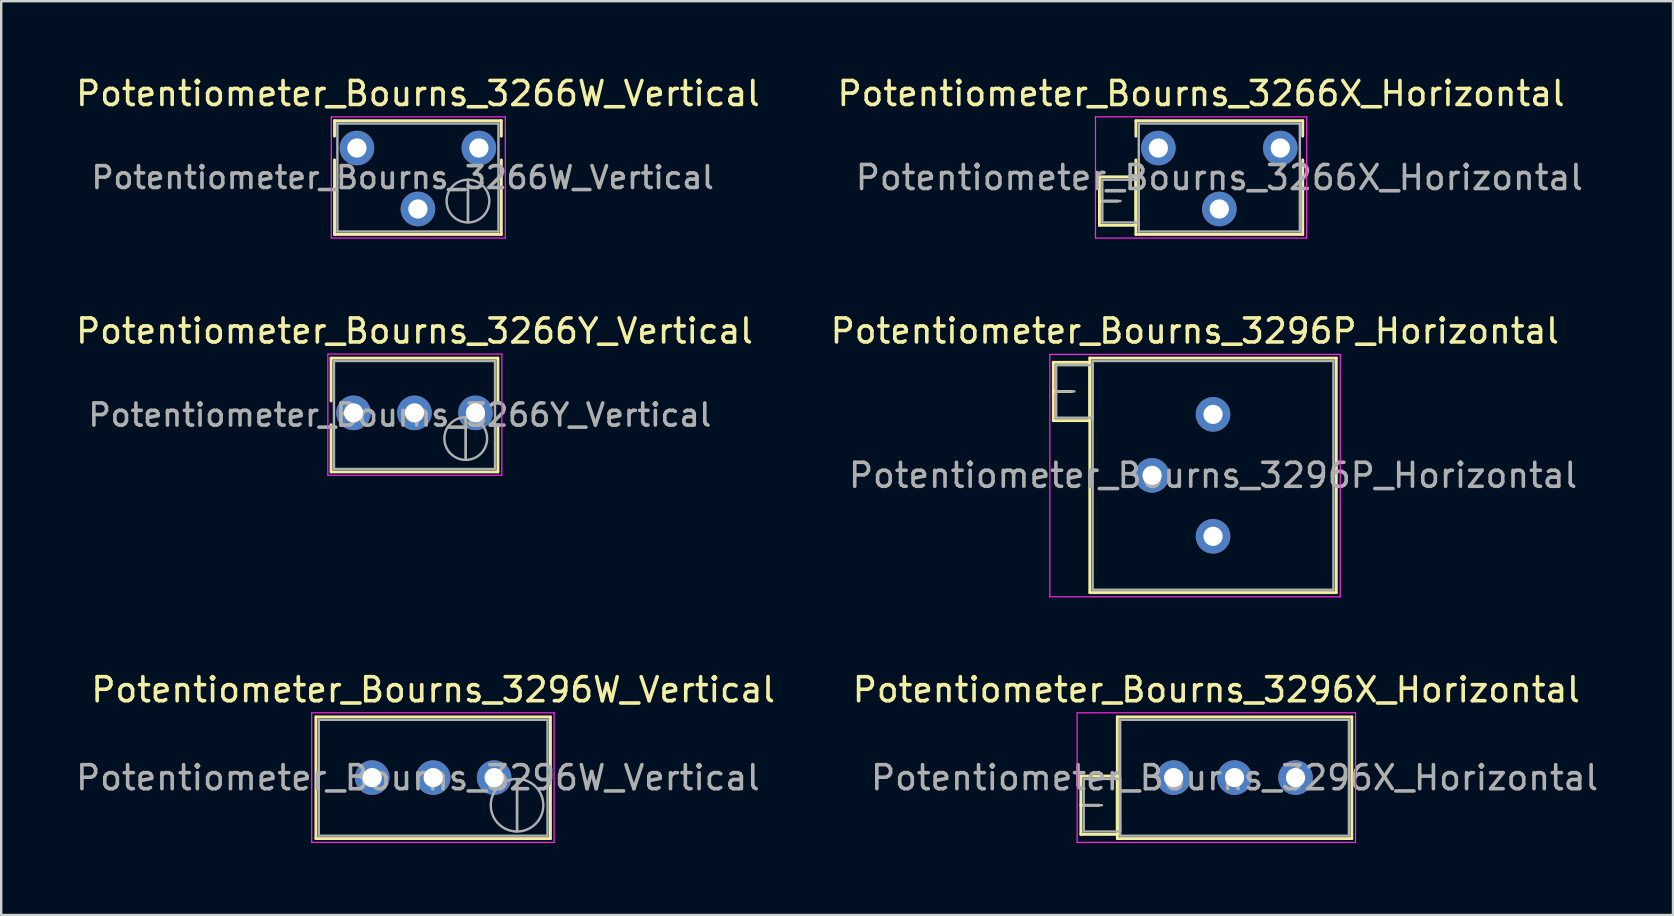
<source format=kicad_pcb>
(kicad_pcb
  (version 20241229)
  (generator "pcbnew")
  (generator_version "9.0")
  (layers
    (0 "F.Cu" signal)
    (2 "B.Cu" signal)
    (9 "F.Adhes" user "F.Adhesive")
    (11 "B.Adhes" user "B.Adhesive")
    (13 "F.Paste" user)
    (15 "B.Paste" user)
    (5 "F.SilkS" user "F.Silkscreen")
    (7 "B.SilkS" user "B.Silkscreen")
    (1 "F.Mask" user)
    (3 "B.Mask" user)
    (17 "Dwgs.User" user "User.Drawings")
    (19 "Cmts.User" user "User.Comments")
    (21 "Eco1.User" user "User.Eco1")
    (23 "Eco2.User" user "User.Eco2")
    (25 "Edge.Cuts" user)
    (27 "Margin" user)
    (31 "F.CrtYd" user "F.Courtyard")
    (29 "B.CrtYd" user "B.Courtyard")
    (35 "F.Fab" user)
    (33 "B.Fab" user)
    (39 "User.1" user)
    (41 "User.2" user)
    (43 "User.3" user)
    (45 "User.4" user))
  (footprint "Potentiometer_Bourns_3266Y_Vertical"
    (layer "F.Cu")
    (at 16.76 14.152)
    (property "Reference" "Potentiometer_Bourns_3266Y_Vertical" (at -2.54 -3.41 0) (layer "F.SilkS") (effects (font (size 1 1) (thickness 0.15))))
    (attr through_hole)
    (fp_line (start -6.015 -2.28) (end -6.015 -0.494) (stroke (width 0.12) (type solid)) (layer "F.SilkS"))
    (fp_line (start -6.015 -2.28) (end 0.935 -2.28) (stroke (width 0.12) (type solid)) (layer "F.SilkS"))
    (fp_line (start -6.015 0.496) (end -6.015 2.46) (stroke (width 0.12) (type solid)) (layer "F.SilkS"))
    (fp_line (start -6.015 2.46) (end 0.935 2.46) (stroke (width 0.12) (type solid)) (layer "F.SilkS"))
    (fp_line (start 0.935 -2.28) (end 0.935 -0.494) (stroke (width 0.12) (type solid)) (layer "F.SilkS"))
    (fp_line (start 0.935 0.496) (end 0.935 2.46) (stroke (width 0.12) (type solid)) (layer "F.SilkS"))
    (fp_line (start -6.15 -2.45) (end -6.15 2.6) (stroke (width 0.05) (type solid)) (layer "F.CrtYd"))
    (fp_line (start -6.15 2.6) (end 1.1 2.6) (stroke (width 0.05) (type solid)) (layer "F.CrtYd"))
    (fp_line (start 1.1 -2.45) (end -6.15 -2.45) (stroke (width 0.05) (type solid)) (layer "F.CrtYd"))
    (fp_line (start 1.1 2.6) (end 1.1 -2.45) (stroke (width 0.05) (type solid)) (layer "F.CrtYd"))
    (fp_line (start -5.895 -2.16) (end -5.895 2.34) (stroke (width 0.1) (type solid)) (layer "F.Fab"))
    (fp_line (start -5.895 2.34) (end 0.815 2.34) (stroke (width 0.1) (type solid)) (layer "F.Fab"))
    (fp_line (start -0.405 1.952) (end -0.404 0.189) (stroke (width 0.1) (type solid)) (layer "F.Fab"))
    (fp_line (start -0.405 1.952) (end -0.404 0.189) (stroke (width 0.1) (type solid)) (layer "F.Fab"))
    (fp_line (start 0.815 -2.16) (end -5.895 -2.16) (stroke (width 0.1) (type solid)) (layer "F.Fab"))
    (fp_line (start 0.815 2.34) (end 0.815 -2.16) (stroke (width 0.1) (type solid)) (layer "F.Fab"))
    (fp_circle (center -0.405 1.07) (end 0.485 1.07) (stroke (width 0.1) (type solid)) (fill no) (layer "F.Fab"))
    (fp_text user "${REFERENCE}" (at -3.15 0.09 0) (layer "F.Fab") (effects (font (size 0.92 0.92) (thickness 0.15))))
    (pad "1" thru_hole circle (at 0 0) (size 1.44 1.44) (drill 0.8) (layers "*.Cu" "*.Mask"))
    (pad "2" thru_hole circle (at -2.54 0) (size 1.44 1.44) (drill 0.8) (layers "*.Cu" "*.Mask"))
    (pad "3" thru_hole circle (at -5.08 0) (size 1.44 1.44) (drill 0.8) (layers "*.Cu" "*.Mask")))
  (footprint "Potentiometer_Bourns_3296X_Horizontal"
    (layer "F.Cu")
    (at 50.929 29.35)
    (property "Reference" "Potentiometer_Bourns_3296X_Horizontal" (at -3.3 -3.66 0) (layer "F.SilkS") (effects (font (size 1 1) (thickness 0.15))))
    (attr through_hole)
    (fp_line (start -8.945 -0.065) (end -8.945 2.365) (stroke (width 0.12) (type solid)) (layer "F.SilkS"))
    (fp_line (start -8.945 -0.065) (end -7.426 -0.065) (stroke (width 0.12) (type solid)) (layer "F.SilkS"))
    (fp_line (start -8.945 1.15) (end -8.186 1.15) (stroke (width 0.12) (type solid)) (layer "F.SilkS"))
    (fp_line (start -8.945 2.365) (end -7.426 2.365) (stroke (width 0.12) (type solid)) (layer "F.SilkS"))
    (fp_line (start -7.426 -0.065) (end -7.426 2.365) (stroke (width 0.12) (type solid)) (layer "F.SilkS"))
    (fp_line (start -7.425 -2.53) (end -7.425 2.54) (stroke (width 0.12) (type solid)) (layer "F.SilkS"))
    (fp_line (start -7.425 -2.53) (end 2.345 -2.53) (stroke (width 0.12) (type solid)) (layer "F.SilkS"))
    (fp_line (start -7.425 2.54) (end 2.345 2.54) (stroke (width 0.12) (type solid)) (layer "F.SilkS"))
    (fp_line (start 2.345 -2.53) (end 2.345 2.54) (stroke (width 0.12) (type solid)) (layer "F.SilkS"))
    (fp_line (start -9.1 -2.7) (end -9.1 2.7) (stroke (width 0.05) (type solid)) (layer "F.CrtYd"))
    (fp_line (start -9.1 2.7) (end 2.5 2.7) (stroke (width 0.05) (type solid)) (layer "F.CrtYd"))
    (fp_line (start 2.5 -2.7) (end -9.1 -2.7) (stroke (width 0.05) (type solid)) (layer "F.CrtYd"))
    (fp_line (start 2.5 2.7) (end 2.5 -2.7) (stroke (width 0.05) (type solid)) (layer "F.CrtYd"))
    (fp_line (start -8.825 0.055) (end -8.825 2.245) (stroke (width 0.1) (type solid)) (layer "F.Fab"))
    (fp_line (start -8.825 1.15) (end -8.065 1.15) (stroke (width 0.1) (type solid)) (layer "F.Fab"))
    (fp_line (start -8.825 2.245) (end -7.305 2.245) (stroke (width 0.1) (type solid)) (layer "F.Fab"))
    (fp_line (start -7.305 -2.41) (end -7.305 2.42) (stroke (width 0.1) (type solid)) (layer "F.Fab"))
    (fp_line (start -7.305 0.055) (end -8.825 0.055) (stroke (width 0.1) (type solid)) (layer "F.Fab"))
    (fp_line (start -7.305 2.245) (end -7.305 0.055) (stroke (width 0.1) (type solid)) (layer "F.Fab"))
    (fp_line (start -7.305 2.42) (end 2.225 2.42) (stroke (width 0.1) (type solid)) (layer "F.Fab"))
    (fp_line (start 2.225 -2.41) (end -7.305 -2.41) (stroke (width 0.1) (type solid)) (layer "F.Fab"))
    (fp_line (start 2.225 2.42) (end 2.225 -2.41) (stroke (width 0.1) (type solid)) (layer "F.Fab"))
    (fp_text user "${REFERENCE}" (at -2.54 0.005 0) (layer "F.Fab") (effects (font (size 1 1) (thickness 0.15))))
    (pad "1" thru_hole circle (at 0 0) (size 1.44 1.44) (drill 0.8) (layers "*.Cu" "*.Mask"))
    (pad "2" thru_hole circle (at -2.54 0) (size 1.44 1.44) (drill 0.8) (layers "*.Cu" "*.Mask"))
    (pad "3" thru_hole circle (at -5.08 0) (size 1.44 1.44) (drill 0.8) (layers "*.Cu" "*.Mask")))
  (footprint "Potentiometer_Bourns_3266W_Vertical"
    (layer "F.Cu")
    (at 16.903 3.118)
    (property "Reference" "Potentiometer_Bourns_3266W_Vertical" (at -2.54 -2.27 0) (layer "F.SilkS") (effects (font (size 1 1) (thickness 0.15))))
    (attr through_hole)
    (fp_line (start -6.015 -1.14) (end -6.015 -0.495) (stroke (width 0.12) (type solid)) (layer "F.SilkS"))
    (fp_line (start -6.015 -1.14) (end 0.935 -1.14) (stroke (width 0.12) (type solid)) (layer "F.SilkS"))
    (fp_line (start -6.015 0.495) (end -6.015 3.6) (stroke (width 0.12) (type solid)) (layer "F.SilkS"))
    (fp_line (start -6.015 3.6) (end 0.935 3.6) (stroke (width 0.12) (type solid)) (layer "F.SilkS"))
    (fp_line (start 0.935 -1.14) (end 0.935 -0.495) (stroke (width 0.12) (type solid)) (layer "F.SilkS"))
    (fp_line (start 0.935 0.495) (end 0.935 3.6) (stroke (width 0.12) (type solid)) (layer "F.SilkS"))
    (fp_line (start -6.15 -1.3) (end -6.15 3.75) (stroke (width 0.05) (type solid)) (layer "F.CrtYd"))
    (fp_line (start -6.15 3.75) (end 1.1 3.75) (stroke (width 0.05) (type solid)) (layer "F.CrtYd"))
    (fp_line (start 1.1 -1.3) (end -6.15 -1.3) (stroke (width 0.05) (type solid)) (layer "F.CrtYd"))
    (fp_line (start 1.1 3.75) (end 1.1 -1.3) (stroke (width 0.05) (type solid)) (layer "F.CrtYd"))
    (fp_line (start -5.895 -1.02) (end -5.895 3.48) (stroke (width 0.1) (type solid)) (layer "F.Fab"))
    (fp_line (start -5.895 3.48) (end 0.815 3.48) (stroke (width 0.1) (type solid)) (layer "F.Fab"))
    (fp_line (start -0.455 3.092) (end -0.454 1.329) (stroke (width 0.1) (type solid)) (layer "F.Fab"))
    (fp_line (start -0.455 3.092) (end -0.454 1.329) (stroke (width 0.1) (type solid)) (layer "F.Fab"))
    (fp_line (start 0.815 -1.02) (end -5.895 -1.02) (stroke (width 0.1) (type solid)) (layer "F.Fab"))
    (fp_line (start 0.815 3.48) (end 0.815 -1.02) (stroke (width 0.1) (type solid)) (layer "F.Fab"))
    (fp_circle (center -0.455 2.21) (end 0.435 2.21) (stroke (width 0.1) (type solid)) (fill no) (layer "F.Fab"))
    (fp_text user "${REFERENCE}" (at -3.175 1.23 0) (layer "F.Fab") (effects (font (size 0.91 0.91) (thickness 0.15))))
    (pad "1" thru_hole circle (at 0 0) (size 1.44 1.44) (drill 0.8) (layers "*.Cu" "*.Mask"))
    (pad "2" thru_hole circle (at -2.54 2.54) (size 1.44 1.44) (drill 0.8) (layers "*.Cu" "*.Mask"))
    (pad "3" thru_hole circle (at -5.08 0) (size 1.44 1.44) (drill 0.8) (layers "*.Cu" "*.Mask")))
  (footprint "Potentiometer_Bourns_3296W_Vertical"
    (layer "F.Cu")
    (at 17.538 29.35)
    (property "Reference" "Potentiometer_Bourns_3296W_Vertical" (at -2.54 -3.66 0) (layer "F.SilkS") (effects (font (size 1 1) (thickness 0.15))))
    (attr through_hole)
    (fp_line (start -7.425 -2.53) (end -7.425 2.54) (stroke (width 0.12) (type solid)) (layer "F.SilkS"))
    (fp_line (start -7.425 -2.53) (end 2.345 -2.53) (stroke (width 0.12) (type solid)) (layer "F.SilkS"))
    (fp_line (start -7.425 2.54) (end 2.345 2.54) (stroke (width 0.12) (type solid)) (layer "F.SilkS"))
    (fp_line (start 2.345 -2.53) (end 2.345 2.54) (stroke (width 0.12) (type solid)) (layer "F.SilkS"))
    (fp_line (start -7.6 -2.7) (end -7.6 2.7) (stroke (width 0.05) (type solid)) (layer "F.CrtYd"))
    (fp_line (start -7.6 2.7) (end 2.5 2.7) (stroke (width 0.05) (type solid)) (layer "F.CrtYd"))
    (fp_line (start 2.5 -2.7) (end -7.6 -2.7) (stroke (width 0.05) (type solid)) (layer "F.CrtYd"))
    (fp_line (start 2.5 2.7) (end 2.5 -2.7) (stroke (width 0.05) (type solid)) (layer "F.CrtYd"))
    (fp_line (start -7.305 -2.41) (end -7.305 2.42) (stroke (width 0.1) (type solid)) (layer "F.Fab"))
    (fp_line (start -7.305 2.42) (end 2.225 2.42) (stroke (width 0.1) (type solid)) (layer "F.Fab"))
    (fp_line (start 0.955 2.235) (end 0.956 0.066) (stroke (width 0.1) (type solid)) (layer "F.Fab"))
    (fp_line (start 0.955 2.235) (end 0.956 0.066) (stroke (width 0.1) (type solid)) (layer "F.Fab"))
    (fp_line (start 2.225 -2.41) (end -7.305 -2.41) (stroke (width 0.1) (type solid)) (layer "F.Fab"))
    (fp_line (start 2.225 2.42) (end 2.225 -2.41) (stroke (width 0.1) (type solid)) (layer "F.Fab"))
    (fp_circle (center 0.955 1.15) (end 2.05 1.15) (stroke (width 0.1) (type solid)) (fill no) (layer "F.Fab"))
    (fp_text user "${REFERENCE}" (at -3.175 0.005 0) (layer "F.Fab") (effects (font (size 1 1) (thickness 0.15))))
    (pad "1" thru_hole circle (at 0 0) (size 1.44 1.44) (drill 0.8) (layers "*.Cu" "*.Mask"))
    (pad "2" thru_hole circle (at -2.54 0) (size 1.44 1.44) (drill 0.8) (layers "*.Cu" "*.Mask"))
    (pad "3" thru_hole circle (at -5.08 0) (size 1.44 1.44) (drill 0.8) (layers "*.Cu" "*.Mask")))
  (footprint "Potentiometer_Bourns_3296P_Horizontal"
    (layer "F.Cu")
    (at 47.492 14.216)
    (property "Reference" "Potentiometer_Bourns_3296P_Horizontal" (at -0.76 -3.475 0) (layer "F.SilkS") (effects (font (size 1 1) (thickness 0.15))))
    (attr through_hole)
    (fp_line (start -6.655 -2.169) (end -6.655 0.26) (stroke (width 0.12) (type solid)) (layer "F.SilkS"))
    (fp_line (start -6.655 -2.169) (end -5.136 -2.169) (stroke (width 0.12) (type solid)) (layer "F.SilkS"))
    (fp_line (start -6.655 -0.955) (end -5.896 -0.955) (stroke (width 0.12) (type solid)) (layer "F.SilkS"))
    (fp_line (start -6.655 0.26) (end -5.136 0.26) (stroke (width 0.12) (type solid)) (layer "F.SilkS"))
    (fp_line (start -5.136 -2.169) (end -5.136 0.26) (stroke (width 0.12) (type solid)) (layer "F.SilkS"))
    (fp_line (start -5.135 -2.345) (end -5.135 7.425) (stroke (width 0.12) (type solid)) (layer "F.SilkS"))
    (fp_line (start -5.135 -2.345) (end 5.135 -2.345) (stroke (width 0.12) (type solid)) (layer "F.SilkS"))
    (fp_line (start -5.135 7.425) (end 5.135 7.425) (stroke (width 0.12) (type solid)) (layer "F.SilkS"))
    (fp_line (start 5.135 -2.345) (end 5.135 7.425) (stroke (width 0.12) (type solid)) (layer "F.SilkS"))
    (fp_line (start -6.8 -2.5) (end -6.8 7.6) (stroke (width 0.05) (type solid)) (layer "F.CrtYd"))
    (fp_line (start -6.8 7.6) (end 5.3 7.6) (stroke (width 0.05) (type solid)) (layer "F.CrtYd"))
    (fp_line (start 5.3 -2.5) (end -6.8 -2.5) (stroke (width 0.05) (type solid)) (layer "F.CrtYd"))
    (fp_line (start 5.3 7.6) (end 5.3 -2.5) (stroke (width 0.05) (type solid)) (layer "F.CrtYd"))
    (fp_line (start -6.535 -2.05) (end -6.535 0.14) (stroke (width 0.1) (type solid)) (layer "F.Fab"))
    (fp_line (start -6.535 -0.955) (end -5.775 -0.955) (stroke (width 0.1) (type solid)) (layer "F.Fab"))
    (fp_line (start -6.535 0.14) (end -5.015 0.14) (stroke (width 0.1) (type solid)) (layer "F.Fab"))
    (fp_line (start -5.015 -2.225) (end -5.015 7.305) (stroke (width 0.1) (type solid)) (layer "F.Fab"))
    (fp_line (start -5.015 -2.05) (end -6.535 -2.05) (stroke (width 0.1) (type solid)) (layer "F.Fab"))
    (fp_line (start -5.015 0.14) (end -5.015 -2.05) (stroke (width 0.1) (type solid)) (layer "F.Fab"))
    (fp_line (start -5.015 7.305) (end 5.015 7.305) (stroke (width 0.1) (type solid)) (layer "F.Fab"))
    (fp_line (start 5.015 -2.225) (end -5.015 -2.225) (stroke (width 0.1) (type solid)) (layer "F.Fab"))
    (fp_line (start 5.015 7.305) (end 5.015 -2.225) (stroke (width 0.1) (type solid)) (layer "F.Fab"))
    (fp_text user "${REFERENCE}" (at 0 2.54 0) (layer "F.Fab") (effects (font (size 1 1) (thickness 0.15))))
    (pad "1" thru_hole circle (at 0 0) (size 1.44 1.44) (drill 0.8) (layers "*.Cu" "*.Mask"))
    (pad "2" thru_hole circle (at -2.54 2.54) (size 1.44 1.44) (drill 0.8) (layers "*.Cu" "*.Mask"))
    (pad "3" thru_hole circle (at 0 5.08) (size 1.44 1.44) (drill 0.8) (layers "*.Cu" "*.Mask")))
  (footprint "Potentiometer_Bourns_3266X_Horizontal"
    (layer "F.Cu")
    (at 50.294 3.118)
    (property "Reference" "Potentiometer_Bourns_3266X_Horizontal" (at -3.3 -2.27 0) (layer "F.SilkS") (effects (font (size 1 1) (thickness 0.15))))
    (attr through_hole)
    (fp_line (start -7.535 1.2) (end -7.535 3.22) (stroke (width 0.12) (type solid)) (layer "F.SilkS"))
    (fp_line (start -7.535 1.2) (end -6.016 1.2) (stroke (width 0.12) (type solid)) (layer "F.SilkS"))
    (fp_line (start -7.535 2.21) (end -6.776 2.21) (stroke (width 0.12) (type solid)) (layer "F.SilkS"))
    (fp_line (start -7.535 3.22) (end -6.016 3.22) (stroke (width 0.12) (type solid)) (layer "F.SilkS"))
    (fp_line (start -6.016 1.2) (end -6.016 3.22) (stroke (width 0.12) (type solid)) (layer "F.SilkS"))
    (fp_line (start -6.015 -1.14) (end -6.015 -0.495) (stroke (width 0.12) (type solid)) (layer "F.SilkS"))
    (fp_line (start -6.015 -1.14) (end 0.935 -1.14) (stroke (width 0.12) (type solid)) (layer "F.SilkS"))
    (fp_line (start -6.015 0.495) (end -6.015 3.6) (stroke (width 0.12) (type solid)) (layer "F.SilkS"))
    (fp_line (start -6.015 3.6) (end 0.935 3.6) (stroke (width 0.12) (type solid)) (layer "F.SilkS"))
    (fp_line (start 0.935 -1.14) (end 0.935 -0.495) (stroke (width 0.12) (type solid)) (layer "F.SilkS"))
    (fp_line (start 0.935 0.495) (end 0.935 3.6) (stroke (width 0.12) (type solid)) (layer "F.SilkS"))
    (fp_line (start -7.7 -1.3) (end -7.7 3.75) (stroke (width 0.05) (type solid)) (layer "F.CrtYd"))
    (fp_line (start -7.7 3.75) (end 1.1 3.75) (stroke (width 0.05) (type solid)) (layer "F.CrtYd"))
    (fp_line (start 1.1 -1.3) (end -7.7 -1.3) (stroke (width 0.05) (type solid)) (layer "F.CrtYd"))
    (fp_line (start 1.1 3.75) (end 1.1 -1.3) (stroke (width 0.05) (type solid)) (layer "F.CrtYd"))
    (fp_line (start -7.415 1.32) (end -7.415 3.1) (stroke (width 0.1) (type solid)) (layer "F.Fab"))
    (fp_line (start -7.415 2.21) (end -6.655 2.21) (stroke (width 0.1) (type solid)) (layer "F.Fab"))
    (fp_line (start -7.415 3.1) (end -5.895 3.1) (stroke (width 0.1) (type solid)) (layer "F.Fab"))
    (fp_line (start -5.895 -1.02) (end -5.895 3.48) (stroke (width 0.1) (type solid)) (layer "F.Fab"))
    (fp_line (start -5.895 1.32) (end -7.415 1.32) (stroke (width 0.1) (type solid)) (layer "F.Fab"))
    (fp_line (start -5.895 3.1) (end -5.895 1.32) (stroke (width 0.1) (type solid)) (layer "F.Fab"))
    (fp_line (start -5.895 3.48) (end 0.815 3.48) (stroke (width 0.1) (type solid)) (layer "F.Fab"))
    (fp_line (start 0.815 -1.02) (end -5.895 -1.02) (stroke (width 0.1) (type solid)) (layer "F.Fab"))
    (fp_line (start 0.815 3.48) (end 0.815 -1.02) (stroke (width 0.1) (type solid)) (layer "F.Fab"))
    (fp_text user "${REFERENCE}" (at -2.54 1.23 0) (layer "F.Fab") (effects (font (size 1 1) (thickness 0.15))))
    (pad "1" thru_hole circle (at 0 0) (size 1.44 1.44) (drill 0.8) (layers "*.Cu" "*.Mask"))
    (pad "2" thru_hole circle (at -2.54 2.54) (size 1.44 1.44) (drill 0.8) (layers "*.Cu" "*.Mask"))
    (pad "3" thru_hole circle (at -5.08 0) (size 1.44 1.44) (drill 0.8) (layers "*.Cu" "*.Mask")))
  (gr_rect
    (start -3 -3)
    (end 66.657 35.075)
    (stroke (width 0.1) (type default))
    (fill no)
    (layer "Edge.Cuts")))
</source>
